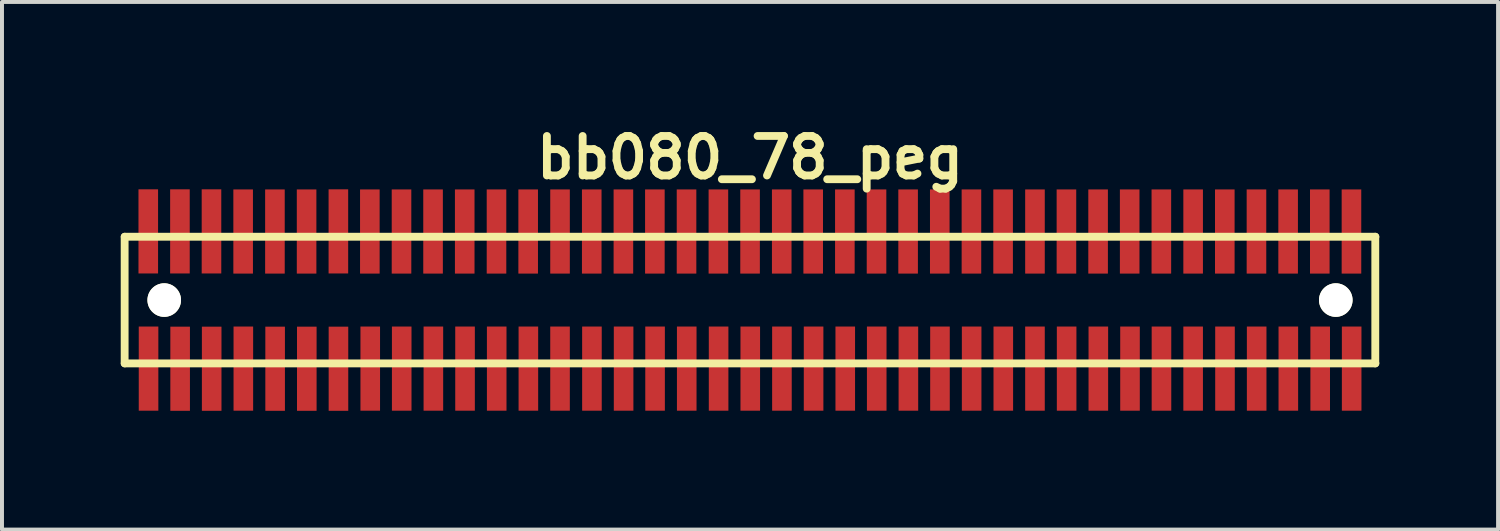
<source format=kicad_pcb>
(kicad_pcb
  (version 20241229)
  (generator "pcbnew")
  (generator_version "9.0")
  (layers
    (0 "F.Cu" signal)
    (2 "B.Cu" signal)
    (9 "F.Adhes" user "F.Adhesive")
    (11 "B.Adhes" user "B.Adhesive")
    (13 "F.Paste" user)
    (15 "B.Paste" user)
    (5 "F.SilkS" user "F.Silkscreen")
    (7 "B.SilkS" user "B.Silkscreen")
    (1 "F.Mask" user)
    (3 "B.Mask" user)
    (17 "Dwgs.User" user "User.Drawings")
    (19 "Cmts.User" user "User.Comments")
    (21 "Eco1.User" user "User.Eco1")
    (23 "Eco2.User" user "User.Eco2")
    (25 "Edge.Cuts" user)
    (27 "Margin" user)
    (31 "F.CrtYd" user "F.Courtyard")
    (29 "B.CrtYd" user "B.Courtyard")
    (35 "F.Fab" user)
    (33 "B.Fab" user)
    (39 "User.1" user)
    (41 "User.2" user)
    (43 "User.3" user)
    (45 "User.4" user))
  (footprint "bb080_78_peg"
    (layer "F.Cu")
    (at 15.9 4.531)
    (property "Reference" "bb080_78_peg" (at 0 -3.599 0) (layer "F.SilkS") (effects (font (size 0.998 0.998) (thickness 0.198))))
    (attr smd)
    (fp_line (start -15.801 -1.6) (end -15.801 1.6) (stroke (width 0.198) (type solid)) (layer "F.SilkS"))
    (fp_line (start -15.799 1.6) (end 15.799 1.6) (stroke (width 0.198) (type solid)) (layer "F.SilkS"))
    (fp_line (start 15.796 1.6) (end 15.796 -1.6) (stroke (width 0.198) (type solid)) (layer "F.SilkS"))
    (fp_line (start 15.799 -1.6) (end -15.799 -1.6) (stroke (width 0.198) (type solid)) (layer "F.SilkS"))
    (pad "" np_thru_hole circle (at -14.801 0) (size 0.848 0.848) (drill 0.848) (layers "*.Cu" "*.Mask" "F.SilkS"))
    (pad "" np_thru_hole circle (at 14.798 0) (size 0.848 0.848) (drill 0.848) (layers "*.Cu" "*.Mask" "F.SilkS"))
    (pad "1" smd rect (at -15.197 1.732) (size 0.495 2.126) (layers "F.Cu" "F.Mask" "F.Paste"))
    (pad "2" smd rect (at -15.204 -1.735) (size 0.495 2.126) (layers "F.Cu" "F.Mask" "F.Paste"))
    (pad "3" smd rect (at -14.399 1.735) (size 0.495 2.126) (layers "F.Cu" "F.Mask" "F.Paste"))
    (pad "4" smd rect (at -14.404 -1.735) (size 0.495 2.126) (layers "F.Cu" "F.Mask" "F.Paste"))
    (pad "5" smd rect (at -13.602 1.735) (size 0.495 2.126) (layers "F.Cu" "F.Mask" "F.Paste"))
    (pad "6" smd rect (at -13.607 -1.735) (size 0.495 2.126) (layers "F.Cu" "F.Mask" "F.Paste"))
    (pad "7" smd rect (at -12.802 1.732) (size 0.495 2.126) (layers "F.Cu" "F.Mask" "F.Paste"))
    (pad "8" smd rect (at -12.807 -1.732) (size 0.495 2.126) (layers "F.Cu" "F.Mask" "F.Paste"))
    (pad "9" smd rect (at -11.999 1.735) (size 0.495 2.126) (layers "F.Cu" "F.Mask" "F.Paste"))
    (pad "10" smd rect (at -12.004 -1.732) (size 0.495 2.126) (layers "F.Cu" "F.Mask" "F.Paste"))
    (pad "11" smd rect (at -11.199 1.735) (size 0.495 2.126) (layers "F.Cu" "F.Mask" "F.Paste"))
    (pad "12" smd rect (at -11.204 -1.732) (size 0.495 2.126) (layers "F.Cu" "F.Mask" "F.Paste"))
    (pad "13" smd rect (at -10.399 1.735) (size 0.495 2.126) (layers "F.Cu" "F.Mask" "F.Paste"))
    (pad "14" smd rect (at -10.401 -1.735) (size 0.495 2.126) (layers "F.Cu" "F.Mask" "F.Paste"))
    (pad "15" smd rect (at -9.596 1.732) (size 0.495 2.126) (layers "F.Cu" "F.Mask" "F.Paste"))
    (pad "16" smd rect (at -9.606 -1.732) (size 0.495 2.126) (layers "F.Cu" "F.Mask" "F.Paste"))
    (pad "17" smd rect (at -8.801 1.732) (size 0.495 2.126) (layers "F.Cu" "F.Mask" "F.Paste"))
    (pad "18" smd rect (at -8.806 -1.732) (size 0.495 2.126) (layers "F.Cu" "F.Mask" "F.Paste"))
    (pad "19" smd rect (at -8.001 1.732) (size 0.495 2.126) (layers "F.Cu" "F.Mask" "F.Paste"))
    (pad "20" smd rect (at -8.009 -1.732) (size 0.495 2.126) (layers "F.Cu" "F.Mask" "F.Paste"))
    (pad "21" smd rect (at -7.201 1.732) (size 0.495 2.126) (layers "F.Cu" "F.Mask" "F.Paste"))
    (pad "22" smd rect (at -7.209 -1.732) (size 0.495 2.126) (layers "F.Cu" "F.Mask" "F.Paste"))
    (pad "23" smd rect (at -6.401 1.732) (size 0.495 2.126) (layers "F.Cu" "F.Mask" "F.Paste"))
    (pad "24" smd rect (at -6.406 -1.732) (size 0.495 2.126) (layers "F.Cu" "F.Mask" "F.Paste"))
    (pad "25" smd rect (at -5.601 1.732) (size 0.495 2.126) (layers "F.Cu" "F.Mask" "F.Paste"))
    (pad "26" smd rect (at -5.606 -1.732) (size 0.495 2.126) (layers "F.Cu" "F.Mask" "F.Paste"))
    (pad "27" smd rect (at -4.801 1.732) (size 0.495 2.126) (layers "F.Cu" "F.Mask" "F.Paste"))
    (pad "28" smd rect (at -4.801 -1.732) (size 0.495 2.126) (layers "F.Cu" "F.Mask" "F.Paste"))
    (pad "29" smd rect (at -3.995 1.732) (size 0.495 2.126) (layers "F.Cu" "F.Mask" "F.Paste"))
    (pad "30" smd rect (at -4 -1.732) (size 0.495 2.126) (layers "F.Cu" "F.Mask" "F.Paste"))
    (pad "31" smd rect (at -3.195 1.732) (size 0.495 2.126) (layers "F.Cu" "F.Mask" "F.Paste"))
    (pad "32" smd rect (at -3.2 -1.732) (size 0.495 2.126) (layers "F.Cu" "F.Mask" "F.Paste"))
    (pad "33" smd rect (at -2.4 1.732) (size 0.495 2.126) (layers "F.Cu" "F.Mask" "F.Paste"))
    (pad "34" smd rect (at -2.405 -1.732) (size 0.495 2.126) (layers "F.Cu" "F.Mask" "F.Paste"))
    (pad "35" smd rect (at -1.6 1.732) (size 0.495 2.126) (layers "F.Cu" "F.Mask" "F.Paste"))
    (pad "36" smd rect (at -1.605 -1.732) (size 0.495 2.126) (layers "F.Cu" "F.Mask" "F.Paste"))
    (pad "37" smd rect (at -0.795 1.732) (size 0.495 2.126) (layers "F.Cu" "F.Mask" "F.Paste"))
    (pad "38" smd rect (at -0.8 -1.732) (size 0.495 2.126) (layers "F.Cu" "F.Mask" "F.Paste"))
    (pad "39" smd rect (at 0.005 1.732) (size 0.495 2.126) (layers "F.Cu" "F.Mask" "F.Paste"))
    (pad "40" smd rect (at 0 -1.732) (size 0.495 2.126) (layers "F.Cu" "F.Mask" "F.Paste"))
    (pad "41" smd rect (at 0.805 1.732) (size 0.495 2.126) (layers "F.Cu" "F.Mask" "F.Paste"))
    (pad "42" smd rect (at 0.8 -1.732) (size 0.495 2.126) (layers "F.Cu" "F.Mask" "F.Paste"))
    (pad "43" smd rect (at 1.605 1.732) (size 0.495 2.126) (layers "F.Cu" "F.Mask" "F.Paste"))
    (pad "44" smd rect (at 1.595 -1.732) (size 0.495 2.126) (layers "F.Cu" "F.Mask" "F.Paste"))
    (pad "45" smd rect (at 2.405 1.732) (size 0.495 2.126) (layers "F.Cu" "F.Mask" "F.Paste"))
    (pad "46" smd rect (at 2.395 -1.732) (size 0.495 2.126) (layers "F.Cu" "F.Mask" "F.Paste"))
    (pad "47" smd rect (at 3.2 1.732) (size 0.495 2.126) (layers "F.Cu" "F.Mask" "F.Paste"))
    (pad "48" smd rect (at 3.195 -1.732) (size 0.495 2.126) (layers "F.Cu" "F.Mask" "F.Paste"))
    (pad "49" smd rect (at 4 1.732) (size 0.495 2.126) (layers "F.Cu" "F.Mask" "F.Paste"))
    (pad "50" smd rect (at 3.993 -1.732) (size 0.495 2.126) (layers "F.Cu" "F.Mask" "F.Paste"))
    (pad "51" smd rect (at 4.798 1.732) (size 0.495 2.126) (layers "F.Cu" "F.Mask" "F.Paste"))
    (pad "52" smd rect (at 4.793 -1.732) (size 0.495 2.126) (layers "F.Cu" "F.Mask" "F.Paste"))
    (pad "53" smd rect (at 5.598 1.732) (size 0.495 2.126) (layers "F.Cu" "F.Mask" "F.Paste"))
    (pad "54" smd rect (at 5.593 -1.732) (size 0.495 2.126) (layers "F.Cu" "F.Mask" "F.Paste"))
    (pad "55" smd rect (at 6.398 1.732) (size 0.495 2.126) (layers "F.Cu" "F.Mask" "F.Paste"))
    (pad "56" smd rect (at 6.393 -1.732) (size 0.495 2.126) (layers "F.Cu" "F.Mask" "F.Paste"))
    (pad "57" smd rect (at 7.198 1.732) (size 0.495 2.126) (layers "F.Cu" "F.Mask" "F.Paste"))
    (pad "58" smd rect (at 7.198 -1.732) (size 0.495 2.126) (layers "F.Cu" "F.Mask" "F.Paste"))
    (pad "59" smd rect (at 7.998 1.732) (size 0.495 2.126) (layers "F.Cu" "F.Mask" "F.Paste"))
    (pad "60" smd rect (at 7.993 -1.732) (size 0.495 2.126) (layers "F.Cu" "F.Mask" "F.Paste"))
    (pad "61" smd rect (at 8.799 1.732) (size 0.495 2.126) (layers "F.Cu" "F.Mask" "F.Paste"))
    (pad "62" smd rect (at 8.793 -1.732) (size 0.495 2.126) (layers "F.Cu" "F.Mask" "F.Paste"))
    (pad "63" smd rect (at 9.599 1.732) (size 0.495 2.126) (layers "F.Cu" "F.Mask" "F.Paste"))
    (pad "64" smd rect (at 9.591 -1.732) (size 0.495 2.126) (layers "F.Cu" "F.Mask" "F.Paste"))
    (pad "65" smd rect (at 10.394 1.732) (size 0.495 2.126) (layers "F.Cu" "F.Mask" "F.Paste"))
    (pad "66" smd rect (at 10.391 -1.732) (size 0.495 2.126) (layers "F.Cu" "F.Mask" "F.Paste"))
    (pad "67" smd rect (at 11.194 1.732) (size 0.495 2.126) (layers "F.Cu" "F.Mask" "F.Paste"))
    (pad "68" smd rect (at 11.194 -1.732) (size 0.495 2.126) (layers "F.Cu" "F.Mask" "F.Paste"))
    (pad "69" smd rect (at 11.999 1.732) (size 0.495 2.126) (layers "F.Cu" "F.Mask" "F.Paste"))
    (pad "70" smd rect (at 11.994 -1.732) (size 0.495 2.126) (layers "F.Cu" "F.Mask" "F.Paste"))
    (pad "71" smd rect (at 12.799 1.732) (size 0.495 2.126) (layers "F.Cu" "F.Mask" "F.Paste"))
    (pad "72" smd rect (at 12.794 -1.732) (size 0.495 2.126) (layers "F.Cu" "F.Mask" "F.Paste"))
    (pad "73" smd rect (at 13.599 1.732) (size 0.495 2.126) (layers "F.Cu" "F.Mask" "F.Paste"))
    (pad "74" smd rect (at 13.594 -1.732) (size 0.495 2.126) (layers "F.Cu" "F.Mask" "F.Paste"))
    (pad "75" smd rect (at 14.404 1.732) (size 0.495 2.126) (layers "F.Cu" "F.Mask" "F.Paste"))
    (pad "76" smd rect (at 14.394 -1.732) (size 0.495 2.126) (layers "F.Cu" "F.Mask" "F.Paste"))
    (pad "77" smd rect (at 15.199 1.732) (size 0.495 2.126) (layers "F.Cu" "F.Mask" "F.Paste"))
    (pad "78" smd rect (at 15.194 -1.732) (size 0.495 2.126) (layers "F.Cu" "F.Mask" "F.Paste")))
  (gr_rect
    (start -3 -3)
    (end 34.798 10.329)
    (stroke (width 0.1) (type default))
    (fill no)
    (layer "Edge.Cuts")))
</source>
